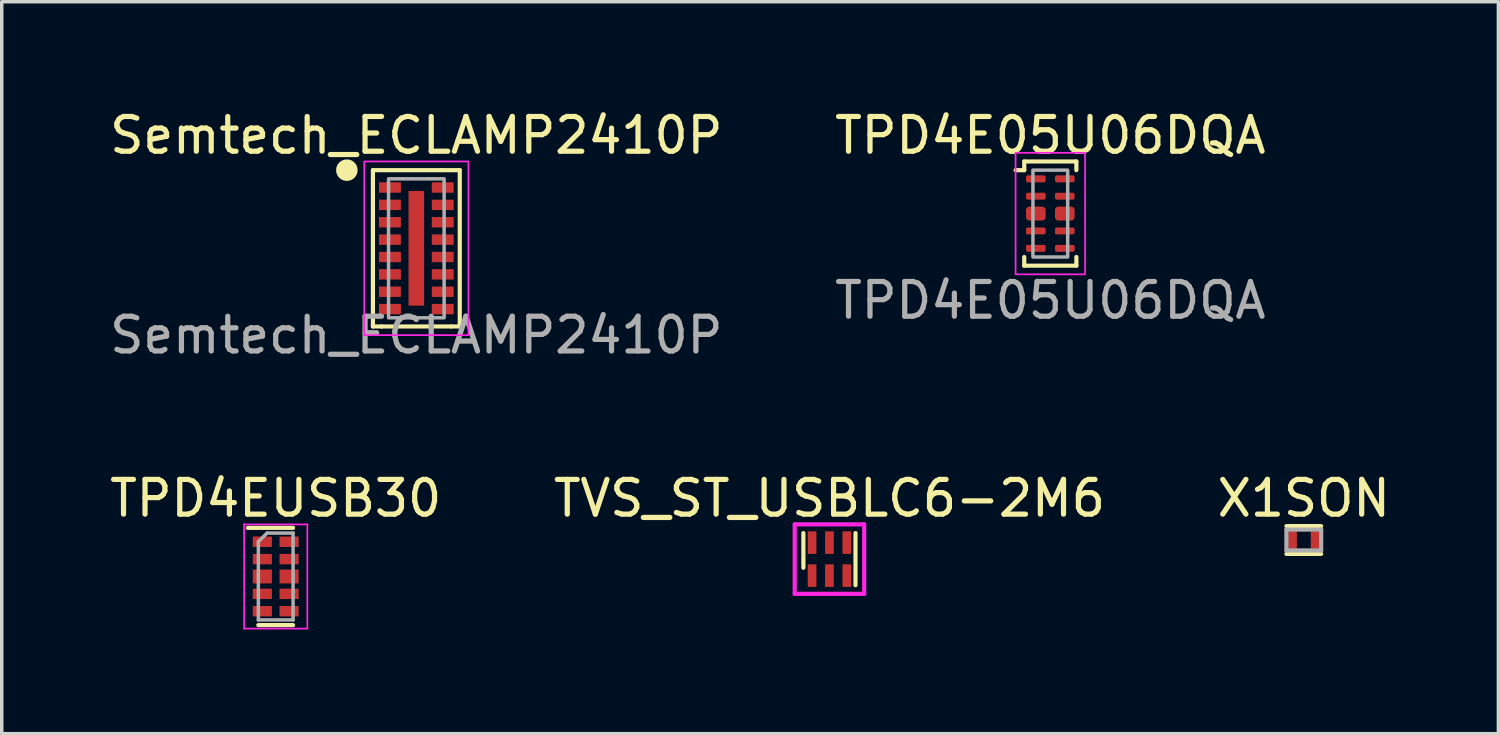
<source format=kicad_pcb>
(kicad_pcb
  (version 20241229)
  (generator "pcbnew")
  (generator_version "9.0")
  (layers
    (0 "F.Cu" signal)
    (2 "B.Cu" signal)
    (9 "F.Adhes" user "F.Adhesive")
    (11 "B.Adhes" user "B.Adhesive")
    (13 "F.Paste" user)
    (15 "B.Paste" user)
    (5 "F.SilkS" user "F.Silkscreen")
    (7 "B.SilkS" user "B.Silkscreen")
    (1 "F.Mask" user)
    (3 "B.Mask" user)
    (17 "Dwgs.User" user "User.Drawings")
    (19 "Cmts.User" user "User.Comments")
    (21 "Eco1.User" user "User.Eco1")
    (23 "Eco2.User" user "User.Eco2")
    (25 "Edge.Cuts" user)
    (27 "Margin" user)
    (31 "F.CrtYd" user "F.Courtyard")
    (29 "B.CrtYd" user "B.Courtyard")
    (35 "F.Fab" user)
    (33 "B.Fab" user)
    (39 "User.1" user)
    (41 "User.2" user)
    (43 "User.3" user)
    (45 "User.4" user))
  (footprint "X1SON"
    (layer "F.Cu")
    (at 34.482 12.495)
    (property "Reference" "X1SON" (at 0 -1.2 0) (layer "F.SilkS") (effects (font (size 1 1) (thickness 0.15))))
    (attr through_hole)
    (fp_line (start -0.5 -0.4) (end 0.5 -0.4) (stroke (width 0.12) (type solid)) (layer "F.SilkS"))
    (fp_line (start -0.5 0.4) (end 0.5 0.4) (stroke (width 0.12) (type solid)) (layer "F.SilkS"))
    (fp_line (start -0.5 -0.3) (end -0.5 0.3) (stroke (width 0.12) (type solid)) (layer "F.Fab"))
    (fp_line (start -0.5 0.3) (end 0.5 0.3) (stroke (width 0.12) (type solid)) (layer "F.Fab"))
    (fp_line (start 0.5 -0.3) (end -0.5 -0.3) (stroke (width 0.12) (type solid)) (layer "F.Fab"))
    (fp_line (start 0.5 0.3) (end 0.5 -0.3) (stroke (width 0.12) (type solid)) (layer "F.Fab"))
    (pad "1" smd rect (at -0.325 0) (size 0.25 0.5) (layers "F.Cu" "F.Mask" "F.Paste"))
    (pad "2" smd rect (at 0.325 0) (size 0.25 0.5) (layers "F.Cu" "F.Mask" "F.Paste")))
  (footprint "Semtech_ECLAMP2410P"
    (layer "F.Cu")
    (at 8.935 4.098)
    (property "Reference" "Semtech_ECLAMP2410P" (at 0 -3.25 0) (unlocked yes) (layer "F.SilkS") (effects (font (size 1 1) (thickness 0.15))))
    (attr smd)
    (fp_line (start -1.25 -2.25) (end -1.25 -2) (stroke (width 0.12) (type default)) (layer "F.SilkS"))
    (fp_line (start -1.25 -2) (end -1.25 2.25) (stroke (width 0.12) (type default)) (layer "F.SilkS"))
    (fp_line (start -1.25 2.25) (end -1 2.25) (stroke (width 0.12) (type default)) (layer "F.SilkS"))
    (fp_line (start -1 2.25) (end 1 2.25) (stroke (width 0.12) (type default)) (layer "F.SilkS"))
    (fp_line (start 0.75 -2.25) (end -1.25 -2.25) (stroke (width 0.12) (type default)) (layer "F.SilkS"))
    (fp_line (start 1 2.25) (end 1.25 2.25) (stroke (width 0.12) (type default)) (layer "F.SilkS"))
    (fp_line (start 1.25 -2.25) (end 0.75 -2.25) (stroke (width 0.12) (type default)) (layer "F.SilkS"))
    (fp_line (start 1.25 2.25) (end 1.25 -2.25) (stroke (width 0.12) (type default)) (layer "F.SilkS"))
    (fp_circle (center -2 -2.25) (end -1.75 -2.25) (stroke (width 0.12) (type solid)) (fill yes) (layer "F.SilkS"))
    (fp_rect (start -1.5 -2.5) (end 1.5 2.5) (stroke (width 0.05) (type default)) (fill no) (layer "F.CrtYd"))
    (fp_rect (start -0.8 -2) (end 0.8 2) (stroke (width 0.1) (type default)) (fill no) (layer "F.Fab"))
    (fp_text user "${REFERENCE}" (at 0 2.5 0) (unlocked yes) (layer "F.Fab") (effects (font (size 1 1) (thickness 0.15))))
    (pad "1" smd rect (at -0.76 -1.75 270) (size 0.3 0.63) (layers "F.Cu" "F.Mask" "F.Paste"))
    (pad "2" smd rect (at -0.76 -1.25 270) (size 0.3 0.63) (layers "F.Cu" "F.Mask" "F.Paste"))
    (pad "3" smd rect (at -0.76 -0.75 270) (size 0.3 0.63) (layers "F.Cu" "F.Mask" "F.Paste"))
    (pad "4" smd rect (at -0.76 -0.25 270) (size 0.3 0.63) (layers "F.Cu" "F.Mask" "F.Paste"))
    (pad "5" smd rect (at -0.76 0.25 270) (size 0.3 0.63) (layers "F.Cu" "F.Mask" "F.Paste"))
    (pad "6" smd rect (at -0.76 0.75 270) (size 0.3 0.63) (layers "F.Cu" "F.Mask" "F.Paste"))
    (pad "7" smd rect (at -0.76 1.25 270) (size 0.3 0.63) (layers "F.Cu" "F.Mask" "F.Paste"))
    (pad "8" smd rect (at -0.76 1.75 270) (size 0.3 0.63) (layers "F.Cu" "F.Mask" "F.Paste"))
    (pad "9" smd rect (at 0.76 1.75 270) (size 0.3 0.63) (layers "F.Cu" "F.Mask" "F.Paste"))
    (pad "10" smd rect (at 0.76 1.25 270) (size 0.3 0.63) (layers "F.Cu" "F.Mask" "F.Paste"))
    (pad "11" smd rect (at 0.76 0.75 270) (size 0.3 0.63) (layers "F.Cu" "F.Mask" "F.Paste"))
    (pad "12" smd rect (at 0.76 0.25 270) (size 0.3 0.63) (layers "F.Cu" "F.Mask" "F.Paste"))
    (pad "13" smd rect (at 0.76 -0.25 270) (size 0.3 0.63) (layers "F.Cu" "F.Mask" "F.Paste"))
    (pad "14" smd rect (at 0.76 -0.75 270) (size 0.3 0.63) (layers "F.Cu" "F.Mask" "F.Paste"))
    (pad "15" smd rect (at 0.76 -1.25 270) (size 0.3 0.63) (layers "F.Cu" "F.Mask" "F.Paste"))
    (pad "16" smd rect (at 0.76 -1.75 270) (size 0.3 0.63) (layers "F.Cu" "F.Mask" "F.Paste"))
    (pad "17" smd rect (at 0 0 270) (size 3.3 0.45) (layers "F.Cu" "F.Mask" "F.Paste")))
  (footprint "TVS_ST_USBLC6-2M6"
    (layer "F.Cu")
    (at 20.827 13.045)
    (property "Reference" "TVS_ST_USBLC6-2M6" (at 0 -1.75 0) (unlocked yes) (layer "F.SilkS") (effects (font (size 1 1) (thickness 0.15))))
    (fp_line (start -0.75 -0.75) (end -0.75 0.25) (stroke (width 0.12) (type solid)) (layer "F.SilkS"))
    (fp_line (start 0.75 -0.75) (end 0.75 0.75) (stroke (width 0.12) (type solid)) (layer "F.SilkS"))
    (fp_line (start -1 -1) (end 1 -1) (stroke (width 0.12) (type solid)) (layer "F.CrtYd"))
    (fp_line (start -1 1) (end -1 -1) (stroke (width 0.12) (type solid)) (layer "F.CrtYd"))
    (fp_line (start 1 -1) (end 1 1) (stroke (width 0.12) (type solid)) (layer "F.CrtYd"))
    (fp_line (start 1 1) (end -1 1) (stroke (width 0.12) (type solid)) (layer "F.CrtYd"))
    (pad "1" smd rect (at -0.5 0.475) (size 0.25 0.65) (layers "F.Cu" "F.Mask" "F.Paste"))
    (pad "2" smd rect (at 0 0.475) (size 0.25 0.65) (layers "F.Cu" "F.Mask" "F.Paste"))
    (pad "3" smd rect (at 0.5 0.475) (size 0.25 0.65) (layers "F.Cu" "F.Mask" "F.Paste"))
    (pad "4" smd rect (at 0.5 -0.475) (size 0.25 0.65) (layers "F.Cu" "F.Mask" "F.Paste"))
    (pad "5" smd rect (at 0 -0.475) (size 0.25 0.65) (layers "F.Cu" "F.Mask" "F.Paste"))
    (pad "6" smd rect (at -0.5 -0.475) (size 0.25 0.65) (layers "F.Cu" "F.Mask" "F.Paste")))
  (footprint "TPD4EUSB30"
    (layer "F.Cu")
    (at 4.887 13.545)
    (property "Reference" "TPD4EUSB30" (at 0 -2.25 0) (unlocked yes) (layer "F.SilkS") (effects (font (size 1 1) (thickness 0.15))))
    (fp_line (start 0.5 -1.4) (end -0.8 -1.4) (stroke (width 0.12) (type solid)) (layer "F.SilkS"))
    (fp_line (start 0.5 1.4) (end -0.5 1.4) (stroke (width 0.12) (type solid)) (layer "F.SilkS"))
    (fp_line (start -0.91 -1.5) (end 0.91 -1.5) (stroke (width 0.05) (type solid)) (layer "F.CrtYd"))
    (fp_line (start -0.91 1.5) (end -0.91 -1.5) (stroke (width 0.05) (type solid)) (layer "F.CrtYd"))
    (fp_line (start 0.91 -1.5) (end 0.91 1.5) (stroke (width 0.05) (type solid)) (layer "F.CrtYd"))
    (fp_line (start 0.91 1.5) (end -0.91 1.5) (stroke (width 0.05) (type solid)) (layer "F.CrtYd"))
    (fp_line (start -0.5 -1) (end -0.5 1.25) (stroke (width 0.1) (type solid)) (layer "F.Fab"))
    (fp_line (start -0.5 1.25) (end 0.5 1.25) (stroke (width 0.1) (type solid)) (layer "F.Fab"))
    (fp_line (start -0.25 -1.25) (end -0.5 -1) (stroke (width 0.1) (type solid)) (layer "F.Fab"))
    (fp_line (start 0.5 -1.25) (end -0.25 -1.25) (stroke (width 0.1) (type solid)) (layer "F.Fab"))
    (fp_line (start 0.5 -1.25) (end 0.5 1.25) (stroke (width 0.1) (type solid)) (layer "F.Fab"))
    (pad "1" smd rect (at -0.385 -1 270) (size 0.3 0.55) (layers "F.Cu" "F.Mask" "F.Paste"))
    (pad "2" smd rect (at -0.385 -0.5 270) (size 0.3 0.55) (layers "F.Cu" "F.Mask" "F.Paste"))
    (pad "3" smd rect (at -0.385 0 270) (size 0.4 0.55) (layers "F.Cu" "F.Mask" "F.Paste"))
    (pad "4" smd rect (at -0.385 0.5 270) (size 0.3 0.55) (layers "F.Cu" "F.Mask" "F.Paste"))
    (pad "5" smd rect (at -0.385 1 270) (size 0.3 0.55) (layers "F.Cu" "F.Mask" "F.Paste"))
    (pad "6" smd rect (at 0.385 1 270) (size 0.3 0.55) (layers "F.Cu" "F.Mask" "F.Paste"))
    (pad "7" smd rect (at 0.385 0.5 270) (size 0.3 0.55) (layers "F.Cu" "F.Mask" "F.Paste"))
    (pad "8" smd rect (at 0.385 0 270) (size 0.4 0.55) (layers "F.Cu" "F.Mask" "F.Paste"))
    (pad "9" smd rect (at 0.385 -0.5 270) (size 0.3 0.55) (layers "F.Cu" "F.Mask" "F.Paste"))
    (pad "10" smd rect (at 0.385 -1 270) (size 0.3 0.55) (layers "F.Cu" "F.Mask" "F.Paste")))
  (footprint "TPD4E05U06DQA"
    (layer "F.Cu")
    (at 27.185 3.098)
    (property "Reference" "TPD4E05U06DQA" (at 0 -2.25 0) (unlocked yes) (layer "F.SilkS") (effects (font (size 1 1) (thickness 0.15))))
    (attr smd)
    (fp_line (start -0.75 -1.5) (end 0.75 -1.5) (stroke (width 0.12) (type default)) (layer "F.SilkS"))
    (fp_line (start -0.75 -1.25) (end -1 -1.25) (stroke (width 0.12) (type default)) (layer "F.SilkS"))
    (fp_line (start -0.75 -1.25) (end -0.75 -1.5) (stroke (width 0.12) (type default)) (layer "F.SilkS"))
    (fp_line (start -0.75 1.25) (end -0.75 1.5) (stroke (width 0.12) (type default)) (layer "F.SilkS"))
    (fp_line (start -0.75 1.5) (end 0.75 1.5) (stroke (width 0.12) (type default)) (layer "F.SilkS"))
    (fp_line (start 0.75 -1.5) (end 0.75 -1.25) (stroke (width 0.12) (type default)) (layer "F.SilkS"))
    (fp_line (start 0.75 1.5) (end 0.75 1.25) (stroke (width 0.12) (type default)) (layer "F.SilkS"))
    (fp_rect (start -1 -1.75) (end 1 1.75) (stroke (width 0.05) (type default)) (fill no) (layer "F.CrtYd"))
    (fp_rect (start -0.5 -1.25) (end 0.5 1.25) (stroke (width 0.1) (type default)) (fill no) (layer "F.Fab"))
    (fp_text user "${REFERENCE}" (at 0 2.5 0) (unlocked yes) (layer "F.Fab") (effects (font (size 1 1) (thickness 0.15))))
    (pad "1" smd roundrect (at -0.417 -1) (size 0.565 0.2) (layers "F.Cu" "F.Mask" "F.Paste") (roundrect_rratio 0.25))
    (pad "2" smd roundrect (at -0.417 -0.5) (size 0.565 0.2) (layers "F.Cu" "F.Mask" "F.Paste") (roundrect_rratio 0.25))
    (pad "3" smd roundrect (at -0.417 0) (size 0.565 0.4) (layers "F.Cu" "F.Mask" "F.Paste") (roundrect_rratio 0.25))
    (pad "4" smd roundrect (at -0.417 0.5) (size 0.565 0.2) (layers "F.Cu" "F.Mask" "F.Paste") (roundrect_rratio 0.25))
    (pad "5" smd roundrect (at -0.417 1) (size 0.565 0.2) (layers "F.Cu" "F.Mask" "F.Paste") (roundrect_rratio 0.25))
    (pad "6" smd roundrect (at 0.417 1) (size 0.565 0.2) (layers "F.Cu" "F.Mask" "F.Paste") (roundrect_rratio 0.25))
    (pad "7" smd roundrect (at 0.417 0.5) (size 0.565 0.2) (layers "F.Cu" "F.Mask" "F.Paste") (roundrect_rratio 0.25))
    (pad "8" smd roundrect (at 0.417 0) (size 0.565 0.4) (layers "F.Cu" "F.Mask" "F.Paste") (roundrect_rratio 0.25))
    (pad "9" smd roundrect (at 0.417 -0.5) (size 0.565 0.2) (layers "F.Cu" "F.Mask" "F.Paste") (roundrect_rratio 0.25))
    (pad "10" smd roundrect (at 0.417 -1) (size 0.565 0.2) (layers "F.Cu" "F.Mask" "F.Paste") (roundrect_rratio 0.25)))
  (gr_rect
    (start -3 -3)
    (end 40.083 18.07)
    (stroke (width 0.1) (type default))
    (fill no)
    (layer "Edge.Cuts")))
</source>
